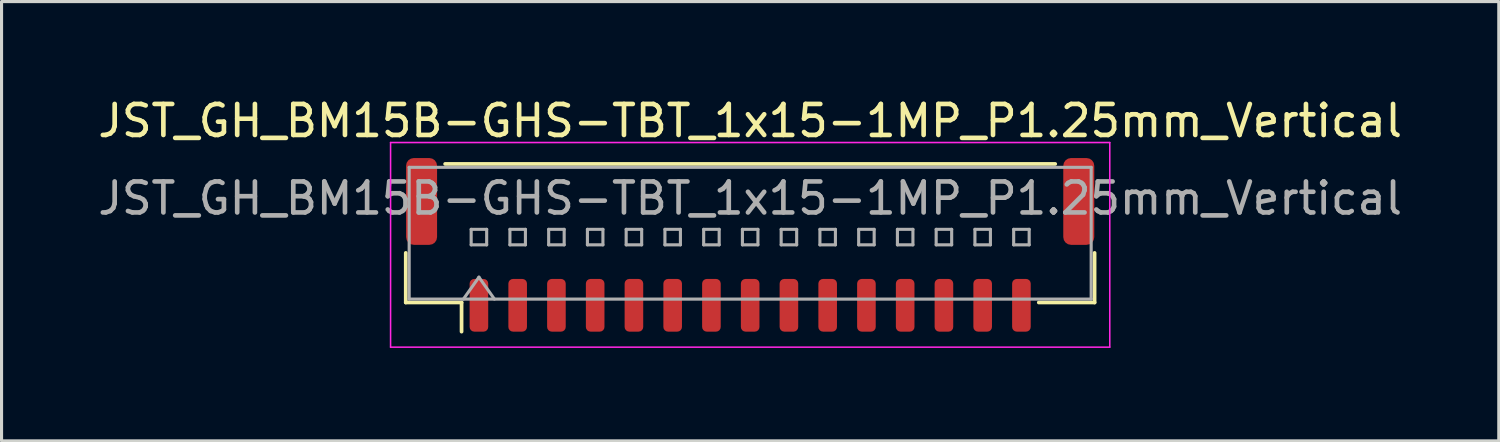
<source format=kicad_pcb>
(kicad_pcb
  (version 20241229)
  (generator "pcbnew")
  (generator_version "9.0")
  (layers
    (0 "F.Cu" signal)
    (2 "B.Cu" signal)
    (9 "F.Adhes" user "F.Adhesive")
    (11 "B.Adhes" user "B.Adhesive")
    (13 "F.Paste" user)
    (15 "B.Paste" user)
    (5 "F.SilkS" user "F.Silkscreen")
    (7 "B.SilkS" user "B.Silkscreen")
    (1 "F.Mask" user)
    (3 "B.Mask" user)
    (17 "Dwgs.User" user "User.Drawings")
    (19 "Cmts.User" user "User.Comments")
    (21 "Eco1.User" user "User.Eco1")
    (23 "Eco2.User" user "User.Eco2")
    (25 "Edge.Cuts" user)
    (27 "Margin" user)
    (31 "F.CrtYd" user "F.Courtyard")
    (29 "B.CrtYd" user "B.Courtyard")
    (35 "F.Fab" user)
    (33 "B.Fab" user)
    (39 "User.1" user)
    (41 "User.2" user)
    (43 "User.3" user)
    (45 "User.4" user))
  (footprint "JST_GH_BM15B-GHS-TBT_1x15-1MP_P1.25mm_Vertical"
    (layer "F.Cu")
    (at 21.149 4.848)
    (property "Reference" "JST_GH_BM15B-GHS-TBT_1x15-1MP_P1.25mm_Vertical" (at 0 -4 0) (layer "F.SilkS") (effects (font (size 1 1) (thickness 0.15))))
    (attr smd)
    (fp_line (start -11.11 0.26) (end -11.11 1.86) (stroke (width 0.12) (type solid)) (layer "F.SilkS"))
    (fp_line (start -11.11 1.86) (end -9.31 1.86) (stroke (width 0.12) (type solid)) (layer "F.SilkS"))
    (fp_line (start -9.84 -2.61) (end 9.84 -2.61) (stroke (width 0.12) (type solid)) (layer "F.SilkS"))
    (fp_line (start -9.31 1.86) (end -9.31 2.8) (stroke (width 0.12) (type solid)) (layer "F.SilkS"))
    (fp_line (start 11.11 0.26) (end 11.11 1.86) (stroke (width 0.12) (type solid)) (layer "F.SilkS"))
    (fp_line (start 11.11 1.86) (end 9.31 1.86) (stroke (width 0.12) (type solid)) (layer "F.SilkS"))
    (fp_line (start -11.6 -3.3) (end -11.6 3.3) (stroke (width 0.05) (type solid)) (layer "F.CrtYd"))
    (fp_line (start -11.6 3.3) (end 11.6 3.3) (stroke (width 0.05) (type solid)) (layer "F.CrtYd"))
    (fp_line (start 11.6 -3.3) (end -11.6 -3.3) (stroke (width 0.05) (type solid)) (layer "F.CrtYd"))
    (fp_line (start 11.6 3.3) (end 11.6 -3.3) (stroke (width 0.05) (type solid)) (layer "F.CrtYd"))
    (fp_line (start -11 -2.5) (end 11 -2.5) (stroke (width 0.1) (type solid)) (layer "F.Fab"))
    (fp_line (start -11 1.75) (end -11 -2.5) (stroke (width 0.1) (type solid)) (layer "F.Fab"))
    (fp_line (start -11 1.75) (end 11 1.75) (stroke (width 0.1) (type solid)) (layer "F.Fab"))
    (fp_line (start -9.25 1.75) (end -8.75 1.043) (stroke (width 0.1) (type solid)) (layer "F.Fab"))
    (fp_line (start -9 -0.5) (end -9 0) (stroke (width 0.1) (type solid)) (layer "F.Fab"))
    (fp_line (start -9 0) (end -8.5 0) (stroke (width 0.1) (type solid)) (layer "F.Fab"))
    (fp_line (start -8.75 1.043) (end -8.25 1.75) (stroke (width 0.1) (type solid)) (layer "F.Fab"))
    (fp_line (start -8.5 -0.5) (end -9 -0.5) (stroke (width 0.1) (type solid)) (layer "F.Fab"))
    (fp_line (start -8.5 0) (end -8.5 -0.5) (stroke (width 0.1) (type solid)) (layer "F.Fab"))
    (fp_line (start -7.75 -0.5) (end -7.75 0) (stroke (width 0.1) (type solid)) (layer "F.Fab"))
    (fp_line (start -7.75 0) (end -7.25 0) (stroke (width 0.1) (type solid)) (layer "F.Fab"))
    (fp_line (start -7.25 -0.5) (end -7.75 -0.5) (stroke (width 0.1) (type solid)) (layer "F.Fab"))
    (fp_line (start -7.25 0) (end -7.25 -0.5) (stroke (width 0.1) (type solid)) (layer "F.Fab"))
    (fp_line (start -6.5 -0.5) (end -6.5 0) (stroke (width 0.1) (type solid)) (layer "F.Fab"))
    (fp_line (start -6.5 0) (end -6 0) (stroke (width 0.1) (type solid)) (layer "F.Fab"))
    (fp_line (start -6 -0.5) (end -6.5 -0.5) (stroke (width 0.1) (type solid)) (layer "F.Fab"))
    (fp_line (start -6 0) (end -6 -0.5) (stroke (width 0.1) (type solid)) (layer "F.Fab"))
    (fp_line (start -5.25 -0.5) (end -5.25 0) (stroke (width 0.1) (type solid)) (layer "F.Fab"))
    (fp_line (start -5.25 0) (end -4.75 0) (stroke (width 0.1) (type solid)) (layer "F.Fab"))
    (fp_line (start -4.75 -0.5) (end -5.25 -0.5) (stroke (width 0.1) (type solid)) (layer "F.Fab"))
    (fp_line (start -4.75 0) (end -4.75 -0.5) (stroke (width 0.1) (type solid)) (layer "F.Fab"))
    (fp_line (start -4 -0.5) (end -4 0) (stroke (width 0.1) (type solid)) (layer "F.Fab"))
    (fp_line (start -4 0) (end -3.5 0) (stroke (width 0.1) (type solid)) (layer "F.Fab"))
    (fp_line (start -3.5 -0.5) (end -4 -0.5) (stroke (width 0.1) (type solid)) (layer "F.Fab"))
    (fp_line (start -3.5 0) (end -3.5 -0.5) (stroke (width 0.1) (type solid)) (layer "F.Fab"))
    (fp_line (start -2.75 -0.5) (end -2.75 0) (stroke (width 0.1) (type solid)) (layer "F.Fab"))
    (fp_line (start -2.75 0) (end -2.25 0) (stroke (width 0.1) (type solid)) (layer "F.Fab"))
    (fp_line (start -2.25 -0.5) (end -2.75 -0.5) (stroke (width 0.1) (type solid)) (layer "F.Fab"))
    (fp_line (start -2.25 0) (end -2.25 -0.5) (stroke (width 0.1) (type solid)) (layer "F.Fab"))
    (fp_line (start -1.5 -0.5) (end -1.5 0) (stroke (width 0.1) (type solid)) (layer "F.Fab"))
    (fp_line (start -1.5 0) (end -1 0) (stroke (width 0.1) (type solid)) (layer "F.Fab"))
    (fp_line (start -1 -0.5) (end -1.5 -0.5) (stroke (width 0.1) (type solid)) (layer "F.Fab"))
    (fp_line (start -1 0) (end -1 -0.5) (stroke (width 0.1) (type solid)) (layer "F.Fab"))
    (fp_line (start -0.25 -0.5) (end -0.25 0) (stroke (width 0.1) (type solid)) (layer "F.Fab"))
    (fp_line (start -0.25 0) (end 0.25 0) (stroke (width 0.1) (type solid)) (layer "F.Fab"))
    (fp_line (start 0.25 -0.5) (end -0.25 -0.5) (stroke (width 0.1) (type solid)) (layer "F.Fab"))
    (fp_line (start 0.25 0) (end 0.25 -0.5) (stroke (width 0.1) (type solid)) (layer "F.Fab"))
    (fp_line (start 1 -0.5) (end 1 0) (stroke (width 0.1) (type solid)) (layer "F.Fab"))
    (fp_line (start 1 0) (end 1.5 0) (stroke (width 0.1) (type solid)) (layer "F.Fab"))
    (fp_line (start 1.5 -0.5) (end 1 -0.5) (stroke (width 0.1) (type solid)) (layer "F.Fab"))
    (fp_line (start 1.5 0) (end 1.5 -0.5) (stroke (width 0.1) (type solid)) (layer "F.Fab"))
    (fp_line (start 2.25 -0.5) (end 2.25 0) (stroke (width 0.1) (type solid)) (layer "F.Fab"))
    (fp_line (start 2.25 0) (end 2.75 0) (stroke (width 0.1) (type solid)) (layer "F.Fab"))
    (fp_line (start 2.75 -0.5) (end 2.25 -0.5) (stroke (width 0.1) (type solid)) (layer "F.Fab"))
    (fp_line (start 2.75 0) (end 2.75 -0.5) (stroke (width 0.1) (type solid)) (layer "F.Fab"))
    (fp_line (start 3.5 -0.5) (end 3.5 0) (stroke (width 0.1) (type solid)) (layer "F.Fab"))
    (fp_line (start 3.5 0) (end 4 0) (stroke (width 0.1) (type solid)) (layer "F.Fab"))
    (fp_line (start 4 -0.5) (end 3.5 -0.5) (stroke (width 0.1) (type solid)) (layer "F.Fab"))
    (fp_line (start 4 0) (end 4 -0.5) (stroke (width 0.1) (type solid)) (layer "F.Fab"))
    (fp_line (start 4.75 -0.5) (end 4.75 0) (stroke (width 0.1) (type solid)) (layer "F.Fab"))
    (fp_line (start 4.75 0) (end 5.25 0) (stroke (width 0.1) (type solid)) (layer "F.Fab"))
    (fp_line (start 5.25 -0.5) (end 4.75 -0.5) (stroke (width 0.1) (type solid)) (layer "F.Fab"))
    (fp_line (start 5.25 0) (end 5.25 -0.5) (stroke (width 0.1) (type solid)) (layer "F.Fab"))
    (fp_line (start 6 -0.5) (end 6 0) (stroke (width 0.1) (type solid)) (layer "F.Fab"))
    (fp_line (start 6 0) (end 6.5 0) (stroke (width 0.1) (type solid)) (layer "F.Fab"))
    (fp_line (start 6.5 -0.5) (end 6 -0.5) (stroke (width 0.1) (type solid)) (layer "F.Fab"))
    (fp_line (start 6.5 0) (end 6.5 -0.5) (stroke (width 0.1) (type solid)) (layer "F.Fab"))
    (fp_line (start 7.25 -0.5) (end 7.25 0) (stroke (width 0.1) (type solid)) (layer "F.Fab"))
    (fp_line (start 7.25 0) (end 7.75 0) (stroke (width 0.1) (type solid)) (layer "F.Fab"))
    (fp_line (start 7.75 -0.5) (end 7.25 -0.5) (stroke (width 0.1) (type solid)) (layer "F.Fab"))
    (fp_line (start 7.75 0) (end 7.75 -0.5) (stroke (width 0.1) (type solid)) (layer "F.Fab"))
    (fp_line (start 8.5 -0.5) (end 8.5 0) (stroke (width 0.1) (type solid)) (layer "F.Fab"))
    (fp_line (start 8.5 0) (end 9 0) (stroke (width 0.1) (type solid)) (layer "F.Fab"))
    (fp_line (start 9 -0.5) (end 8.5 -0.5) (stroke (width 0.1) (type solid)) (layer "F.Fab"))
    (fp_line (start 9 0) (end 9 -0.5) (stroke (width 0.1) (type solid)) (layer "F.Fab"))
    (fp_line (start 11 1.75) (end 11 -2.5) (stroke (width 0.1) (type solid)) (layer "F.Fab"))
    (fp_text user "${REFERENCE}" (at 0 -1.5 0) (layer "F.Fab") (effects (font (size 1 1) (thickness 0.15))))
    (pad "1" smd roundrect (at -8.75 1.95) (size 0.6 1.7) (layers "F.Cu" "F.Mask" "F.Paste") (roundrect_rratio 0.25))
    (pad "2" smd roundrect (at -7.5 1.95) (size 0.6 1.7) (layers "F.Cu" "F.Mask" "F.Paste") (roundrect_rratio 0.25))
    (pad "3" smd roundrect (at -6.25 1.95) (size 0.6 1.7) (layers "F.Cu" "F.Mask" "F.Paste") (roundrect_rratio 0.25))
    (pad "4" smd roundrect (at -5 1.95) (size 0.6 1.7) (layers "F.Cu" "F.Mask" "F.Paste") (roundrect_rratio 0.25))
    (pad "5" smd roundrect (at -3.75 1.95) (size 0.6 1.7) (layers "F.Cu" "F.Mask" "F.Paste") (roundrect_rratio 0.25))
    (pad "6" smd roundrect (at -2.5 1.95) (size 0.6 1.7) (layers "F.Cu" "F.Mask" "F.Paste") (roundrect_rratio 0.25))
    (pad "7" smd roundrect (at -1.25 1.95) (size 0.6 1.7) (layers "F.Cu" "F.Mask" "F.Paste") (roundrect_rratio 0.25))
    (pad "8" smd roundrect (at 0 1.95) (size 0.6 1.7) (layers "F.Cu" "F.Mask" "F.Paste") (roundrect_rratio 0.25))
    (pad "9" smd roundrect (at 1.25 1.95) (size 0.6 1.7) (layers "F.Cu" "F.Mask" "F.Paste") (roundrect_rratio 0.25))
    (pad "10" smd roundrect (at 2.5 1.95) (size 0.6 1.7) (layers "F.Cu" "F.Mask" "F.Paste") (roundrect_rratio 0.25))
    (pad "11" smd roundrect (at 3.75 1.95) (size 0.6 1.7) (layers "F.Cu" "F.Mask" "F.Paste") (roundrect_rratio 0.25))
    (pad "12" smd roundrect (at 5 1.95) (size 0.6 1.7) (layers "F.Cu" "F.Mask" "F.Paste") (roundrect_rratio 0.25))
    (pad "13" smd roundrect (at 6.25 1.95) (size 0.6 1.7) (layers "F.Cu" "F.Mask" "F.Paste") (roundrect_rratio 0.25))
    (pad "14" smd roundrect (at 7.5 1.95) (size 0.6 1.7) (layers "F.Cu" "F.Mask" "F.Paste") (roundrect_rratio 0.25))
    (pad "15" smd roundrect (at 8.75 1.95) (size 0.6 1.7) (layers "F.Cu" "F.Mask" "F.Paste") (roundrect_rratio 0.25))
    (pad "MP" smd roundrect (at -10.6 -1.4) (size 1 2.8) (layers "F.Cu" "F.Mask" "F.Paste") (roundrect_rratio 0.25))
    (pad "MP" smd roundrect (at 10.6 -1.4) (size 1 2.8) (layers "F.Cu" "F.Mask" "F.Paste") (roundrect_rratio 0.25)))
  (gr_rect
    (start -3 -3)
    (end 45.298 11.173)
    (stroke (width 0.1) (type default))
    (fill no)
    (layer "Edge.Cuts")))
</source>
